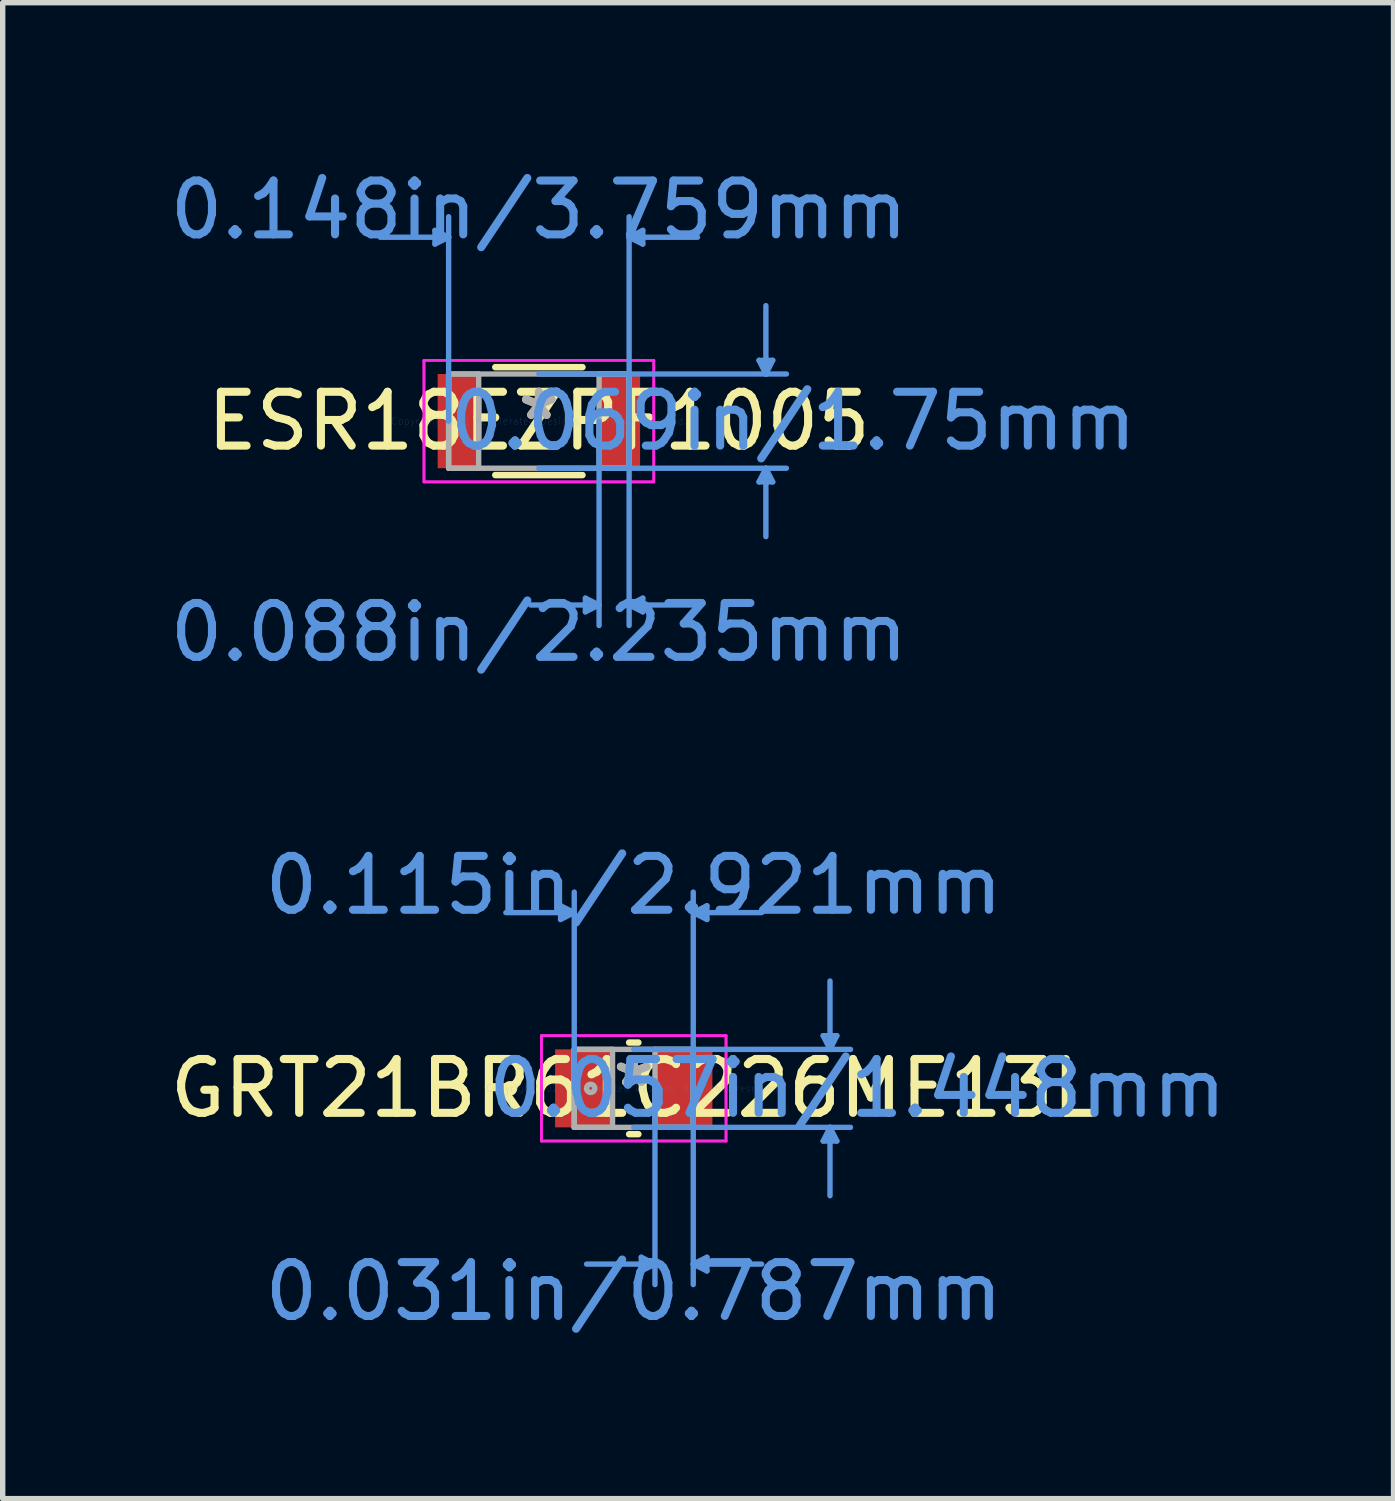
<source format=kicad_pcb>
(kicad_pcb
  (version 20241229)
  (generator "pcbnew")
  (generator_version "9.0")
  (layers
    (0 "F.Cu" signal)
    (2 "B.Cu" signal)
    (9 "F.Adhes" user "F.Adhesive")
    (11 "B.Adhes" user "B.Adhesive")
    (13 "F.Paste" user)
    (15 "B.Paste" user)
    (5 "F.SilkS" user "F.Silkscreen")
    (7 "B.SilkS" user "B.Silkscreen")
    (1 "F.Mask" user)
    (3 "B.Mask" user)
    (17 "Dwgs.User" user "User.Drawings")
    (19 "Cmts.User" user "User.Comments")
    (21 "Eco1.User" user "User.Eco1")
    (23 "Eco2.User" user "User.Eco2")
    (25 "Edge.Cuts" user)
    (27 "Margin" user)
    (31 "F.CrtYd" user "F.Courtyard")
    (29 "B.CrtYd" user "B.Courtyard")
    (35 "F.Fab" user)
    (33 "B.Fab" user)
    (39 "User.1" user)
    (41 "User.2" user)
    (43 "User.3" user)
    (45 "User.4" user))
  (footprint "GRT21BR61C226ME13L"
    (layer "F.Cu")
    (at 8.72 17.163)
    (property "Reference" "GRT21BR61C226ME13L" (at 0 0 0) (layer "F.SilkS") (effects (font (size 1 1) (thickness 0.15))))
    (attr through_hole)
    (fp_line (start -0.086 0.851) (end 0.086 0.851) (stroke (width 0.12) (type solid)) (layer "F.SilkS"))
    (fp_line (start 0.086 -0.851) (end -0.086 -0.851) (stroke (width 0.12) (type solid)) (layer "F.SilkS"))
    (fp_circle (center -2.299 0) (end -2.223 0) (stroke (width 0.12) (type solid)) (fill no) (layer "F.SilkS"))
    (fp_line (start -1.359 -3.391) (end -1.359 -3.137) (stroke (width 0.1) (type solid)) (layer "Cmts.User"))
    (fp_line (start -1.105 -3.264) (end -2.375 -3.264) (stroke (width 0.1) (type solid)) (layer "Cmts.User"))
    (fp_line (start -1.105 -3.264) (end -1.359 -3.391) (stroke (width 0.1) (type solid)) (layer "Cmts.User"))
    (fp_line (start -1.105 -3.264) (end -1.359 -3.137) (stroke (width 0.1) (type solid)) (layer "Cmts.User"))
    (fp_line (start -1.105 0) (end -1.105 -3.645) (stroke (width 0.1) (type solid)) (layer "Cmts.User"))
    (fp_line (start 0 -0.724) (end 4.026 -0.724) (stroke (width 0.1) (type solid)) (layer "Cmts.User"))
    (fp_line (start 0 0.724) (end 4.026 0.724) (stroke (width 0.1) (type solid)) (layer "Cmts.User"))
    (fp_line (start 0.14 3.137) (end 0.14 3.391) (stroke (width 0.1) (type solid)) (layer "Cmts.User"))
    (fp_line (start 0.394 0) (end 0.394 3.645) (stroke (width 0.1) (type solid)) (layer "Cmts.User"))
    (fp_line (start 0.394 3.264) (end -0.876 3.264) (stroke (width 0.1) (type solid)) (layer "Cmts.User"))
    (fp_line (start 0.394 3.264) (end 0.14 3.137) (stroke (width 0.1) (type solid)) (layer "Cmts.User"))
    (fp_line (start 0.394 3.264) (end 0.14 3.391) (stroke (width 0.1) (type solid)) (layer "Cmts.User"))
    (fp_line (start 1.105 -3.264) (end 1.359 -3.391) (stroke (width 0.1) (type solid)) (layer "Cmts.User"))
    (fp_line (start 1.105 -3.264) (end 1.359 -3.137) (stroke (width 0.1) (type solid)) (layer "Cmts.User"))
    (fp_line (start 1.105 -3.264) (end 2.375 -3.264) (stroke (width 0.1) (type solid)) (layer "Cmts.User"))
    (fp_line (start 1.105 0) (end 1.105 -3.645) (stroke (width 0.1) (type solid)) (layer "Cmts.User"))
    (fp_line (start 1.105 0) (end 1.105 3.645) (stroke (width 0.1) (type solid)) (layer "Cmts.User"))
    (fp_line (start 1.105 3.264) (end 1.359 3.137) (stroke (width 0.1) (type solid)) (layer "Cmts.User"))
    (fp_line (start 1.105 3.264) (end 1.359 3.391) (stroke (width 0.1) (type solid)) (layer "Cmts.User"))
    (fp_line (start 1.105 3.264) (end 2.375 3.264) (stroke (width 0.1) (type solid)) (layer "Cmts.User"))
    (fp_line (start 1.359 -3.391) (end 1.359 -3.137) (stroke (width 0.1) (type solid)) (layer "Cmts.User"))
    (fp_line (start 1.359 3.137) (end 1.359 3.391) (stroke (width 0.1) (type solid)) (layer "Cmts.User"))
    (fp_line (start 3.518 -0.978) (end 3.772 -0.978) (stroke (width 0.1) (type solid)) (layer "Cmts.User"))
    (fp_line (start 3.518 0.978) (end 3.772 0.978) (stroke (width 0.1) (type solid)) (layer "Cmts.User"))
    (fp_line (start 3.645 -0.724) (end 3.518 -0.978) (stroke (width 0.1) (type solid)) (layer "Cmts.User"))
    (fp_line (start 3.645 -0.724) (end 3.645 -1.994) (stroke (width 0.1) (type solid)) (layer "Cmts.User"))
    (fp_line (start 3.645 -0.724) (end 3.772 -0.978) (stroke (width 0.1) (type solid)) (layer "Cmts.User"))
    (fp_line (start 3.645 0.724) (end 3.518 0.978) (stroke (width 0.1) (type solid)) (layer "Cmts.User"))
    (fp_line (start 3.645 0.724) (end 3.645 1.994) (stroke (width 0.1) (type solid)) (layer "Cmts.User"))
    (fp_line (start 3.645 0.724) (end 3.772 0.978) (stroke (width 0.1) (type solid)) (layer "Cmts.User"))
    (fp_line (start -1.714 -0.978) (end 1.714 -0.978) (stroke (width 0.05) (type solid)) (layer "F.CrtYd"))
    (fp_line (start -1.714 -0.978) (end 1.714 -0.978) (stroke (width 0.05) (type solid)) (layer "F.CrtYd"))
    (fp_line (start -1.714 0.978) (end -1.714 -0.978) (stroke (width 0.05) (type solid)) (layer "F.CrtYd"))
    (fp_line (start -1.714 0.978) (end -1.714 -0.978) (stroke (width 0.05) (type solid)) (layer "F.CrtYd"))
    (fp_line (start 1.714 -0.978) (end 1.714 0.978) (stroke (width 0.05) (type solid)) (layer "F.CrtYd"))
    (fp_line (start 1.714 -0.978) (end 1.714 0.978) (stroke (width 0.05) (type solid)) (layer "F.CrtYd"))
    (fp_line (start 1.714 0.978) (end -1.714 0.978) (stroke (width 0.05) (type solid)) (layer "F.CrtYd"))
    (fp_line (start 1.714 0.978) (end -1.714 0.978) (stroke (width 0.05) (type solid)) (layer "F.CrtYd"))
    (fp_line (start -1.105 -0.724) (end -1.105 0.724) (stroke (width 0.1) (type solid)) (layer "F.Fab"))
    (fp_line (start -1.105 -0.724) (end -1.105 0.724) (stroke (width 0.1) (type solid)) (layer "F.Fab"))
    (fp_line (start -1.105 0.724) (end -0.394 0.724) (stroke (width 0.1) (type solid)) (layer "F.Fab"))
    (fp_line (start -1.105 0.724) (end 1.105 0.724) (stroke (width 0.1) (type solid)) (layer "F.Fab"))
    (fp_line (start -0.394 -0.724) (end -1.105 -0.724) (stroke (width 0.1) (type solid)) (layer "F.Fab"))
    (fp_line (start -0.394 0.724) (end -0.394 -0.724) (stroke (width 0.1) (type solid)) (layer "F.Fab"))
    (fp_line (start 0.394 -0.724) (end 0.394 0.724) (stroke (width 0.1) (type solid)) (layer "F.Fab"))
    (fp_line (start 0.394 0.724) (end 1.105 0.724) (stroke (width 0.1) (type solid)) (layer "F.Fab"))
    (fp_line (start 1.105 -0.724) (end -1.105 -0.724) (stroke (width 0.1) (type solid)) (layer "F.Fab"))
    (fp_line (start 1.105 -0.724) (end 0.394 -0.724) (stroke (width 0.1) (type solid)) (layer "F.Fab"))
    (fp_line (start 1.105 0.724) (end 1.105 -0.724) (stroke (width 0.1) (type solid)) (layer "F.Fab"))
    (fp_line (start 1.105 0.724) (end 1.105 -0.724) (stroke (width 0.1) (type solid)) (layer "F.Fab"))
    (fp_circle (center -0.8 0) (end -0.724 0) (stroke (width 0.1) (type solid)) (fill no) (layer "F.Fab"))
    (fp_text user "*" (at 0 0 0) (layer "F.SilkS") (effects (font (size 1 1) (thickness 0.15))))
    (fp_text user "0.031in/0.787mm" (at 0 3.772 0) (layer "Cmts.User") (effects (font (size 1 1) (thickness 0.15))))
    (fp_text user "0.115in/2.921mm" (at 0 -3.772 0) (layer "Cmts.User") (effects (font (size 1 1) (thickness 0.15))))
    (fp_text user "0.057in/1.448mm" (at 4.153 0 0) (layer "Cmts.User") (effects (font (size 1 1) (thickness 0.15))))
    (fp_text user "Copyright 2021 Accelerated Designs. All rights reserved." (at 0 0 0) (layer "Cmts.User") (effects (font (size 0.127 0.127) (thickness 0.002))))
    (fp_text user "*" (at 0 0 0) (layer "F.Fab") (effects (font (size 1 1) (thickness 0.15))))
    (pad "1" smd rect (at -0.927 0) (size 1.067 1.448) (layers "F.Cu" "F.Mask" "F.Paste"))
    (pad "2" smd rect (at 0.927 0) (size 1.067 1.448) (layers "F.Cu" "F.Mask" "F.Paste")))
  (footprint "ESR18EZPF1005"
    (layer "F.Cu")
    (at 6.958 4.771)
    (property "Reference" "ESR18EZPF1005" (at 0 0 0) (layer "F.SilkS") (effects (font (size 1 1) (thickness 0.15))))
    (attr through_hole)
    (fp_line (start -0.81 1.002) (end 0.81 1.002) (stroke (width 0.12) (type solid)) (layer "F.SilkS"))
    (fp_line (start 0.81 -1.002) (end -0.81 -1.002) (stroke (width 0.12) (type solid)) (layer "F.SilkS"))
    (fp_line (start -1.93 -3.542) (end -1.93 -3.288) (stroke (width 0.1) (type solid)) (layer "Cmts.User"))
    (fp_line (start -1.676 -3.415) (end -2.946 -3.415) (stroke (width 0.1) (type solid)) (layer "Cmts.User"))
    (fp_line (start -1.676 -3.415) (end -1.93 -3.542) (stroke (width 0.1) (type solid)) (layer "Cmts.User"))
    (fp_line (start -1.676 -3.415) (end -1.93 -3.288) (stroke (width 0.1) (type solid)) (layer "Cmts.User"))
    (fp_line (start -1.676 0) (end -1.676 -3.796) (stroke (width 0.1) (type solid)) (layer "Cmts.User"))
    (fp_line (start 0 -0.875) (end 4.597 -0.875) (stroke (width 0.1) (type solid)) (layer "Cmts.User"))
    (fp_line (start 0 0.875) (end 4.597 0.875) (stroke (width 0.1) (type solid)) (layer "Cmts.User"))
    (fp_line (start 0.864 3.288) (end 0.864 3.542) (stroke (width 0.1) (type solid)) (layer "Cmts.User"))
    (fp_line (start 1.118 0) (end 1.118 3.796) (stroke (width 0.1) (type solid)) (layer "Cmts.User"))
    (fp_line (start 1.118 3.415) (end -0.152 3.415) (stroke (width 0.1) (type solid)) (layer "Cmts.User"))
    (fp_line (start 1.118 3.415) (end 0.864 3.288) (stroke (width 0.1) (type solid)) (layer "Cmts.User"))
    (fp_line (start 1.118 3.415) (end 0.864 3.542) (stroke (width 0.1) (type solid)) (layer "Cmts.User"))
    (fp_line (start 1.676 -3.415) (end 1.93 -3.542) (stroke (width 0.1) (type solid)) (layer "Cmts.User"))
    (fp_line (start 1.676 -3.415) (end 1.93 -3.288) (stroke (width 0.1) (type solid)) (layer "Cmts.User"))
    (fp_line (start 1.676 -3.415) (end 2.946 -3.415) (stroke (width 0.1) (type solid)) (layer "Cmts.User"))
    (fp_line (start 1.676 0) (end 1.676 -3.796) (stroke (width 0.1) (type solid)) (layer "Cmts.User"))
    (fp_line (start 1.676 0) (end 1.676 3.796) (stroke (width 0.1) (type solid)) (layer "Cmts.User"))
    (fp_line (start 1.676 3.415) (end 1.93 3.288) (stroke (width 0.1) (type solid)) (layer "Cmts.User"))
    (fp_line (start 1.676 3.415) (end 1.93 3.542) (stroke (width 0.1) (type solid)) (layer "Cmts.User"))
    (fp_line (start 1.676 3.415) (end 2.946 3.415) (stroke (width 0.1) (type solid)) (layer "Cmts.User"))
    (fp_line (start 1.93 -3.542) (end 1.93 -3.288) (stroke (width 0.1) (type solid)) (layer "Cmts.User"))
    (fp_line (start 1.93 3.288) (end 1.93 3.542) (stroke (width 0.1) (type solid)) (layer "Cmts.User"))
    (fp_line (start 4.089 -1.129) (end 4.343 -1.129) (stroke (width 0.1) (type solid)) (layer "Cmts.User"))
    (fp_line (start 4.089 1.129) (end 4.343 1.129) (stroke (width 0.1) (type solid)) (layer "Cmts.User"))
    (fp_line (start 4.216 -0.875) (end 4.089 -1.129) (stroke (width 0.1) (type solid)) (layer "Cmts.User"))
    (fp_line (start 4.216 -0.875) (end 4.216 -2.145) (stroke (width 0.1) (type solid)) (layer "Cmts.User"))
    (fp_line (start 4.216 -0.875) (end 4.343 -1.129) (stroke (width 0.1) (type solid)) (layer "Cmts.User"))
    (fp_line (start 4.216 0.875) (end 4.089 1.129) (stroke (width 0.1) (type solid)) (layer "Cmts.User"))
    (fp_line (start 4.216 0.875) (end 4.216 2.145) (stroke (width 0.1) (type solid)) (layer "Cmts.User"))
    (fp_line (start 4.216 0.875) (end 4.343 1.129) (stroke (width 0.1) (type solid)) (layer "Cmts.User"))
    (fp_line (start -2.134 -1.129) (end 2.134 -1.129) (stroke (width 0.05) (type solid)) (layer "F.CrtYd"))
    (fp_line (start -2.134 -1.129) (end 2.134 -1.129) (stroke (width 0.05) (type solid)) (layer "F.CrtYd"))
    (fp_line (start -2.134 1.129) (end -2.134 -1.129) (stroke (width 0.05) (type solid)) (layer "F.CrtYd"))
    (fp_line (start -2.134 1.129) (end -2.134 -1.129) (stroke (width 0.05) (type solid)) (layer "F.CrtYd"))
    (fp_line (start 2.134 -1.129) (end 2.134 1.129) (stroke (width 0.05) (type solid)) (layer "F.CrtYd"))
    (fp_line (start 2.134 -1.129) (end 2.134 1.129) (stroke (width 0.05) (type solid)) (layer "F.CrtYd"))
    (fp_line (start 2.134 1.129) (end -2.134 1.129) (stroke (width 0.05) (type solid)) (layer "F.CrtYd"))
    (fp_line (start 2.134 1.129) (end -2.134 1.129) (stroke (width 0.05) (type solid)) (layer "F.CrtYd"))
    (fp_line (start -1.676 -0.875) (end -1.676 0.875) (stroke (width 0.1) (type solid)) (layer "F.Fab"))
    (fp_line (start -1.676 -0.875) (end -1.676 0.875) (stroke (width 0.1) (type solid)) (layer "F.Fab"))
    (fp_line (start -1.676 0.875) (end -1.118 0.875) (stroke (width 0.1) (type solid)) (layer "F.Fab"))
    (fp_line (start -1.676 0.875) (end 1.676 0.875) (stroke (width 0.1) (type solid)) (layer "F.Fab"))
    (fp_line (start -1.118 -0.875) (end -1.676 -0.875) (stroke (width 0.1) (type solid)) (layer "F.Fab"))
    (fp_line (start -1.118 0.875) (end -1.118 -0.875) (stroke (width 0.1) (type solid)) (layer "F.Fab"))
    (fp_line (start 1.118 -0.875) (end 1.118 0.875) (stroke (width 0.1) (type solid)) (layer "F.Fab"))
    (fp_line (start 1.118 0.875) (end 1.676 0.875) (stroke (width 0.1) (type solid)) (layer "F.Fab"))
    (fp_line (start 1.676 -0.875) (end -1.676 -0.875) (stroke (width 0.1) (type solid)) (layer "F.Fab"))
    (fp_line (start 1.676 -0.875) (end 1.118 -0.875) (stroke (width 0.1) (type solid)) (layer "F.Fab"))
    (fp_line (start 1.676 0.875) (end 1.676 -0.875) (stroke (width 0.1) (type solid)) (layer "F.Fab"))
    (fp_line (start 1.676 0.875) (end 1.676 -0.875) (stroke (width 0.1) (type solid)) (layer "F.Fab"))
    (fp_text user "*" (at 0 0 0) (layer "F.SilkS") (effects (font (size 1 1) (thickness 0.15))))
    (fp_text user "Copyright 2021 Accelerated Designs. All rights reserved." (at 0 0 0) (layer "Cmts.User") (effects (font (size 0.127 0.127) (thickness 0.002))))
    (fp_text user "0.069in/1.75mm" (at 4.724 0 0) (layer "Cmts.User") (effects (font (size 1 1) (thickness 0.15))))
    (fp_text user "0.088in/2.235mm" (at 0 3.923 0) (layer "Cmts.User") (effects (font (size 1 1) (thickness 0.15))))
    (fp_text user "0.148in/3.759mm" (at 0 -3.923 0) (layer "Cmts.User") (effects (font (size 1 1) (thickness 0.15))))
    (fp_text user "*" (at 0 0 0) (layer "F.Fab") (effects (font (size 1 1) (thickness 0.15))))
    (pad "1" smd rect (at -1.499 0) (size 0.762 1.75) (layers "F.Cu" "F.Mask" "F.Paste"))
    (pad "2" smd rect (at 1.499 0) (size 0.762 1.75) (layers "F.Cu" "F.Mask" "F.Paste")))
  (gr_rect
    (start -3 -3)
    (end 22.831 24.783)
    (stroke (width 0.1) (type default))
    (fill no)
    (layer "Edge.Cuts")))
</source>
